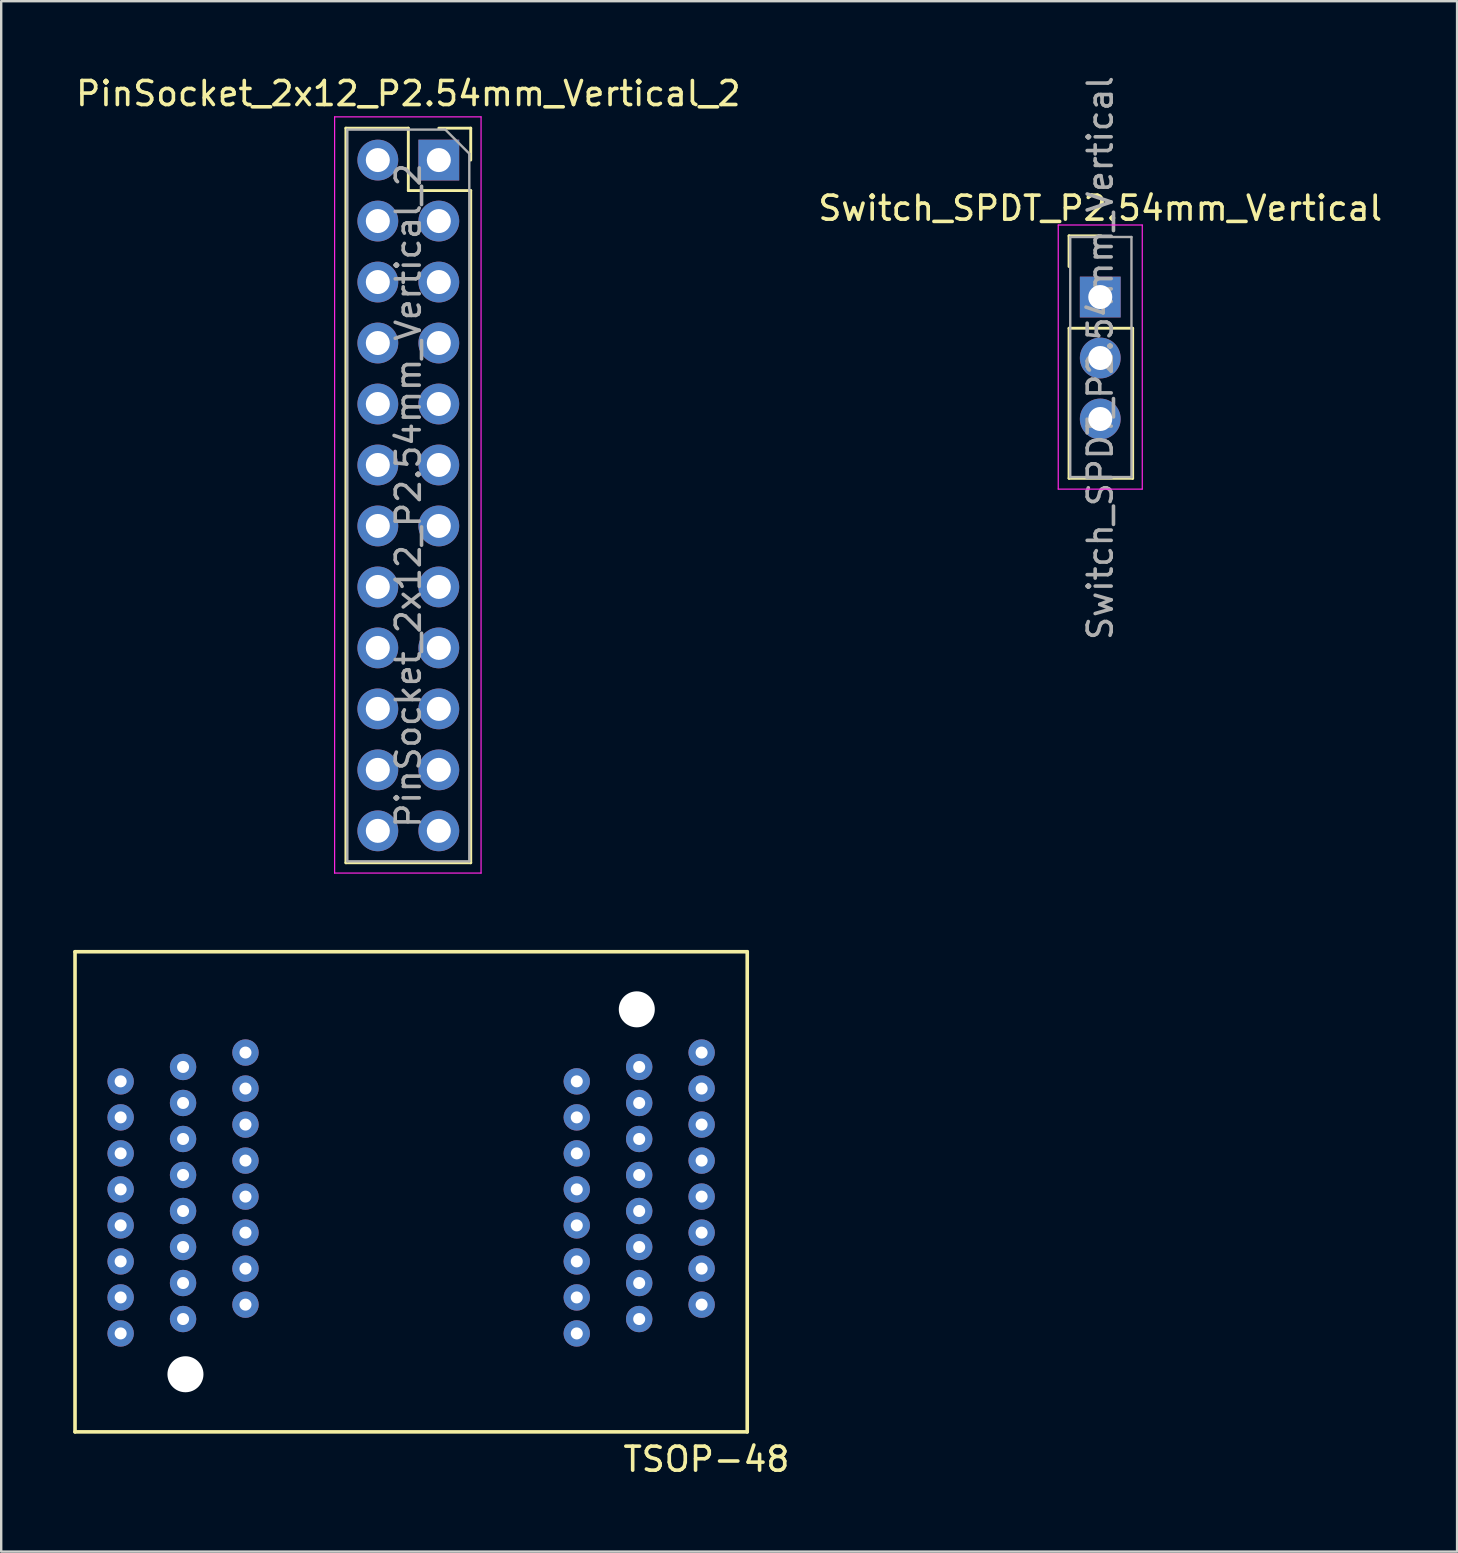
<source format=kicad_pcb>
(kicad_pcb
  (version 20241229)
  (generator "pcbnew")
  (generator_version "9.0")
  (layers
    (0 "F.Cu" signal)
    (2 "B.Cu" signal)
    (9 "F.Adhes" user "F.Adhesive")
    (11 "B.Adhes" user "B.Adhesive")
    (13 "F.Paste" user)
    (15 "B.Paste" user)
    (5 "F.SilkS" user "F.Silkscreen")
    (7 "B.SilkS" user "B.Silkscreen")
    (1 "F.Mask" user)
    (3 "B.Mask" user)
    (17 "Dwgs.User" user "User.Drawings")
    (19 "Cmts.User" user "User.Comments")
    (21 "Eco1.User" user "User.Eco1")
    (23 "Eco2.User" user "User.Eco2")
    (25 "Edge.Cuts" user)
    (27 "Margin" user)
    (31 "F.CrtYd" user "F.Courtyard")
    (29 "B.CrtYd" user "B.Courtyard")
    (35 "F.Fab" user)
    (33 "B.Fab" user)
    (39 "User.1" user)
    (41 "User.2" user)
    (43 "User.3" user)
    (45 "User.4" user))
  (footprint "Switch_SPDT_P2.54mm_Vertical"
    (layer "F.Cu")
    (at 42.78 9.323)
    (property "Reference" "Switch_SPDT_P2.54mm_Vertical" (at 0 -3.7 0) (layer "F.SilkS") (effects (font (size 1 1) (thickness 0.15))))
    (attr through_hole)
    (fp_line (start -1.3 -2.55) (end 0.03 -2.55) (stroke (width 0.12) (type solid)) (layer "F.SilkS"))
    (fp_line (start -1.3 -1.27) (end -1.3 -2.55) (stroke (width 0.12) (type solid)) (layer "F.SilkS"))
    (fp_line (start -1.3 1.3) (end -1.3 7.55) (stroke (width 0.12) (type solid)) (layer "F.SilkS"))
    (fp_line (start -1.3 1.3) (end 1.35 1.3) (stroke (width 0.12) (type solid)) (layer "F.SilkS"))
    (fp_line (start -1.3 7.55) (end 1.35 7.55) (stroke (width 0.12) (type solid)) (layer "F.SilkS"))
    (fp_line (start 1.35 1.3) (end 1.35 7.55) (stroke (width 0.12) (type solid)) (layer "F.SilkS"))
    (fp_line (start -1.75 -3) (end -1.75 8) (stroke (width 0.05) (type solid)) (layer "F.CrtYd"))
    (fp_line (start -1.75 8) (end 1.75 8) (stroke (width 0.05) (type solid)) (layer "F.CrtYd"))
    (fp_line (start 1.75 -3) (end -1.75 -3) (stroke (width 0.05) (type solid)) (layer "F.CrtYd"))
    (fp_line (start 1.75 8) (end 1.75 -3) (stroke (width 0.05) (type solid)) (layer "F.CrtYd"))
    (fp_line (start -1.25 -2.5) (end 1.3 -2.5) (stroke (width 0.1) (type solid)) (layer "F.Fab"))
    (fp_line (start -1.25 7.5) (end -1.25 -2.5) (stroke (width 0.1) (type solid)) (layer "F.Fab"))
    (fp_line (start 1.3 -2.5) (end 1.3 7.5) (stroke (width 0.1) (type solid)) (layer "F.Fab"))
    (fp_line (start 1.3 7.5) (end -1.25 7.5) (stroke (width 0.1) (type solid)) (layer "F.Fab"))
    (fp_text user "${REFERENCE}" (at 0 2.54 90) (layer "F.Fab") (effects (font (size 1 1) (thickness 0.15))))
    (pad "1" thru_hole rect (at 0 0) (size 1.7 1.7) (drill 1) (layers "*.Cu" "*.Mask"))
    (pad "2" thru_hole oval (at 0 2.54) (size 1.7 1.7) (drill 1) (layers "*.Cu" "*.Mask"))
    (pad "3" thru_hole oval (at 0 5.08) (size 1.7 1.7) (drill 1) (layers "*.Cu" "*.Mask")))
  (footprint "TSOP-48"
    (layer "F.Cu")
    (at 28.075 36.593)
    (property "Reference" "TSOP-48" (at -1.7 21.14 0) (layer "F.SilkS") (effects (font (size 1 1) (thickness 0.15))))
    (attr through_hole)
    (fp_line (start -28 0) (end 0 0) (stroke (width 0.15) (type solid)) (layer "F.SilkS"))
    (fp_line (start -28 20) (end -28 0) (stroke (width 0.15) (type solid)) (layer "F.SilkS"))
    (fp_line (start 0 0) (end 0 20) (stroke (width 0.15) (type solid)) (layer "F.SilkS"))
    (fp_line (start 0 20) (end -28 20) (stroke (width 0.15) (type solid)) (layer "F.SilkS"))
    (pad "" np_thru_hole circle (at -23.4 17.6) (size 1.5 1.5) (drill 1.5) (layers "*.Cu" "*.Mask"))
    (pad "" np_thru_hole circle (at -4.6 2.4) (size 1.5 1.5) (drill 1.5) (layers "*.Cu" "*.Mask"))
    (pad "1" thru_hole circle (at -20.9 4.2) (size 1.1 1.1) (drill 0.5) (layers "*.Cu" "*.Mask"))
    (pad "2" thru_hole circle (at -23.5 4.8) (size 1.1 1.1) (drill 0.5) (layers "*.Cu" "*.Mask"))
    (pad "3" thru_hole circle (at -26.1 5.4) (size 1.1 1.1) (drill 0.5) (layers "*.Cu" "*.Mask"))
    (pad "4" thru_hole circle (at -20.9 5.7) (size 1.1 1.1) (drill 0.5) (layers "*.Cu" "*.Mask"))
    (pad "5" thru_hole circle (at -23.5 6.3) (size 1.1 1.1) (drill 0.5) (layers "*.Cu" "*.Mask"))
    (pad "6" thru_hole circle (at -26.1 6.9) (size 1.1 1.1) (drill 0.5) (layers "*.Cu" "*.Mask"))
    (pad "7" thru_hole circle (at -20.9 7.2) (size 1.1 1.1) (drill 0.5) (layers "*.Cu" "*.Mask"))
    (pad "8" thru_hole circle (at -23.5 7.8) (size 1.1 1.1) (drill 0.5) (layers "*.Cu" "*.Mask"))
    (pad "9" thru_hole circle (at -26.1 8.4) (size 1.1 1.1) (drill 0.5) (layers "*.Cu" "*.Mask"))
    (pad "10" thru_hole circle (at -20.9 8.7) (size 1.1 1.1) (drill 0.5) (layers "*.Cu" "*.Mask"))
    (pad "11" thru_hole circle (at -23.5 9.3) (size 1.1 1.1) (drill 0.5) (layers "*.Cu" "*.Mask"))
    (pad "12" thru_hole circle (at -26.1 9.9) (size 1.1 1.1) (drill 0.5) (layers "*.Cu" "*.Mask"))
    (pad "13" thru_hole circle (at -20.9 10.2) (size 1.1 1.1) (drill 0.5) (layers "*.Cu" "*.Mask"))
    (pad "14" thru_hole circle (at -23.5 10.8) (size 1.1 1.1) (drill 0.5) (layers "*.Cu" "*.Mask"))
    (pad "15" thru_hole circle (at -26.1 11.4) (size 1.1 1.1) (drill 0.5) (layers "*.Cu" "*.Mask"))
    (pad "16" thru_hole circle (at -20.9 11.7) (size 1.1 1.1) (drill 0.5) (layers "*.Cu" "*.Mask"))
    (pad "17" thru_hole circle (at -23.5 12.3) (size 1.1 1.1) (drill 0.5) (layers "*.Cu" "*.Mask"))
    (pad "18" thru_hole circle (at -26.1 12.9) (size 1.1 1.1) (drill 0.5) (layers "*.Cu" "*.Mask"))
    (pad "19" thru_hole circle (at -20.9 13.2) (size 1.1 1.1) (drill 0.5) (layers "*.Cu" "*.Mask"))
    (pad "20" thru_hole circle (at -23.5 13.8) (size 1.1 1.1) (drill 0.5) (layers "*.Cu" "*.Mask"))
    (pad "21" thru_hole circle (at -26.1 14.4) (size 1.1 1.1) (drill 0.5) (layers "*.Cu" "*.Mask"))
    (pad "22" thru_hole circle (at -20.9 14.7) (size 1.1 1.1) (drill 0.5) (layers "*.Cu" "*.Mask"))
    (pad "23" thru_hole circle (at -23.5 15.3) (size 1.1 1.1) (drill 0.5) (layers "*.Cu" "*.Mask"))
    (pad "24" thru_hole circle (at -26.1 15.9) (size 1.1 1.1) (drill 0.5) (layers "*.Cu" "*.Mask"))
    (pad "25" thru_hole circle (at -7.1 15.9) (size 1.1 1.1) (drill 0.5) (layers "*.Cu" "*.Mask"))
    (pad "26" thru_hole circle (at -4.5 15.3) (size 1.1 1.1) (drill 0.5) (layers "*.Cu" "*.Mask"))
    (pad "27" thru_hole circle (at -1.9 14.7) (size 1.1 1.1) (drill 0.5) (layers "*.Cu" "*.Mask"))
    (pad "28" thru_hole circle (at -7.1 14.4) (size 1.1 1.1) (drill 0.5) (layers "*.Cu" "*.Mask"))
    (pad "29" thru_hole circle (at -4.5 13.8) (size 1.1 1.1) (drill 0.5) (layers "*.Cu" "*.Mask"))
    (pad "30" thru_hole circle (at -1.9 13.2) (size 1.1 1.1) (drill 0.5) (layers "*.Cu" "*.Mask"))
    (pad "31" thru_hole circle (at -7.1 12.9) (size 1.1 1.1) (drill 0.5) (layers "*.Cu" "*.Mask"))
    (pad "32" thru_hole circle (at -4.5 12.3) (size 1.1 1.1) (drill 0.5) (layers "*.Cu" "*.Mask"))
    (pad "33" thru_hole circle (at -1.9 11.7) (size 1.1 1.1) (drill 0.5) (layers "*.Cu" "*.Mask"))
    (pad "34" thru_hole circle (at -7.1 11.4) (size 1.1 1.1) (drill 0.5) (layers "*.Cu" "*.Mask"))
    (pad "35" thru_hole circle (at -4.5 10.8) (size 1.1 1.1) (drill 0.5) (layers "*.Cu" "*.Mask"))
    (pad "36" thru_hole circle (at -1.9 10.2) (size 1.1 1.1) (drill 0.5) (layers "*.Cu" "*.Mask"))
    (pad "37" thru_hole circle (at -7.1 9.9) (size 1.1 1.1) (drill 0.5) (layers "*.Cu" "*.Mask"))
    (pad "38" thru_hole circle (at -4.5 9.3) (size 1.1 1.1) (drill 0.5) (layers "*.Cu" "*.Mask"))
    (pad "39" thru_hole circle (at -1.9 8.7) (size 1.1 1.1) (drill 0.5) (layers "*.Cu" "*.Mask"))
    (pad "40" thru_hole circle (at -7.1 8.4) (size 1.1 1.1) (drill 0.5) (layers "*.Cu" "*.Mask"))
    (pad "41" thru_hole circle (at -4.5 7.8) (size 1.1 1.1) (drill 0.5) (layers "*.Cu" "*.Mask"))
    (pad "42" thru_hole circle (at -1.9 7.2) (size 1.1 1.1) (drill 0.5) (layers "*.Cu" "*.Mask"))
    (pad "43" thru_hole circle (at -7.1 6.9) (size 1.1 1.1) (drill 0.5) (layers "*.Cu" "*.Mask"))
    (pad "44" thru_hole circle (at -4.5 6.3) (size 1.1 1.1) (drill 0.5) (layers "*.Cu" "*.Mask"))
    (pad "45" thru_hole circle (at -1.9 5.7) (size 1.1 1.1) (drill 0.5) (layers "*.Cu" "*.Mask"))
    (pad "46" thru_hole circle (at -7.1 5.4) (size 1.1 1.1) (drill 0.5) (layers "*.Cu" "*.Mask"))
    (pad "47" thru_hole circle (at -4.5 4.8) (size 1.1 1.1) (drill 0.5) (layers "*.Cu" "*.Mask"))
    (pad "48" thru_hole circle (at -1.9 4.2) (size 1.1 1.1) (drill 0.5) (layers "*.Cu" "*.Mask")))
  (footprint "PinSocket_2x12_P2.54mm_Vertical_2"
    (layer "F.Cu")
    (at 15.228 3.618)
    (property "Reference" "PinSocket_2x12_P2.54mm_Vertical_2" (at -1.27 -2.77 0) (layer "F.SilkS") (effects (font (size 1 1) (thickness 0.15))))
    (attr through_hole)
    (fp_line (start -3.87 -1.33) (end -3.87 29.27) (stroke (width 0.12) (type solid)) (layer "F.SilkS"))
    (fp_line (start -3.87 -1.33) (end -1.27 -1.33) (stroke (width 0.12) (type solid)) (layer "F.SilkS"))
    (fp_line (start -3.87 29.27) (end 1.33 29.27) (stroke (width 0.12) (type solid)) (layer "F.SilkS"))
    (fp_line (start -1.27 -1.33) (end -1.27 1.27) (stroke (width 0.12) (type solid)) (layer "F.SilkS"))
    (fp_line (start -1.27 1.27) (end 1.33 1.27) (stroke (width 0.12) (type solid)) (layer "F.SilkS"))
    (fp_line (start 0 -1.33) (end 1.33 -1.33) (stroke (width 0.12) (type solid)) (layer "F.SilkS"))
    (fp_line (start 1.33 -1.33) (end 1.33 0) (stroke (width 0.12) (type solid)) (layer "F.SilkS"))
    (fp_line (start 1.33 1.27) (end 1.33 29.27) (stroke (width 0.12) (type solid)) (layer "F.SilkS"))
    (fp_line (start -4.34 -1.8) (end 1.76 -1.8) (stroke (width 0.05) (type solid)) (layer "F.CrtYd"))
    (fp_line (start -4.34 29.7) (end -4.34 -1.8) (stroke (width 0.05) (type solid)) (layer "F.CrtYd"))
    (fp_line (start 1.76 -1.8) (end 1.76 29.7) (stroke (width 0.05) (type solid)) (layer "F.CrtYd"))
    (fp_line (start 1.76 29.7) (end -4.34 29.7) (stroke (width 0.05) (type solid)) (layer "F.CrtYd"))
    (fp_line (start -3.81 -1.27) (end 0.27 -1.27) (stroke (width 0.1) (type solid)) (layer "F.Fab"))
    (fp_line (start -3.81 29.21) (end -3.81 -1.27) (stroke (width 0.1) (type solid)) (layer "F.Fab"))
    (fp_line (start 0.27 -1.27) (end 1.27 -0.27) (stroke (width 0.1) (type solid)) (layer "F.Fab"))
    (fp_line (start 1.27 -0.27) (end 1.27 29.21) (stroke (width 0.1) (type solid)) (layer "F.Fab"))
    (fp_line (start 1.27 29.21) (end -3.81 29.21) (stroke (width 0.1) (type solid)) (layer "F.Fab"))
    (fp_text user "${REFERENCE}" (at -1.27 13.97 90) (layer "F.Fab") (effects (font (size 1 1) (thickness 0.15))))
    (pad "25" thru_hole oval (at -2.54 27.94) (size 1.7 1.7) (drill 1) (layers "*.Cu" "*.Mask"))
    (pad "26" thru_hole oval (at 0 27.94) (size 1.7 1.7) (drill 1) (layers "*.Cu" "*.Mask"))
    (pad "27" thru_hole oval (at -2.54 25.4) (size 1.7 1.7) (drill 1) (layers "*.Cu" "*.Mask"))
    (pad "28" thru_hole oval (at 0 25.4) (size 1.7 1.7) (drill 1) (layers "*.Cu" "*.Mask"))
    (pad "29" thru_hole oval (at -2.54 22.86) (size 1.7 1.7) (drill 1) (layers "*.Cu" "*.Mask"))
    (pad "30" thru_hole oval (at 0 22.86) (size 1.7 1.7) (drill 1) (layers "*.Cu" "*.Mask"))
    (pad "31" thru_hole oval (at -2.54 20.32) (size 1.7 1.7) (drill 1) (layers "*.Cu" "*.Mask"))
    (pad "32" thru_hole oval (at 0 20.32) (size 1.7 1.7) (drill 1) (layers "*.Cu" "*.Mask"))
    (pad "33" thru_hole oval (at -2.54 17.78) (size 1.7 1.7) (drill 1) (layers "*.Cu" "*.Mask"))
    (pad "34" thru_hole oval (at 0 17.78) (size 1.7 1.7) (drill 1) (layers "*.Cu" "*.Mask"))
    (pad "35" thru_hole oval (at -2.54 15.24) (size 1.7 1.7) (drill 1) (layers "*.Cu" "*.Mask"))
    (pad "36" thru_hole oval (at 0 15.24) (size 1.7 1.7) (drill 1) (layers "*.Cu" "*.Mask"))
    (pad "37" thru_hole oval (at -2.54 12.7) (size 1.7 1.7) (drill 1) (layers "*.Cu" "*.Mask"))
    (pad "38" thru_hole oval (at 0 12.7) (size 1.7 1.7) (drill 1) (layers "*.Cu" "*.Mask"))
    (pad "39" thru_hole oval (at -2.54 10.16) (size 1.7 1.7) (drill 1) (layers "*.Cu" "*.Mask"))
    (pad "40" thru_hole oval (at 0 10.16) (size 1.7 1.7) (drill 1) (layers "*.Cu" "*.Mask"))
    (pad "41" thru_hole oval (at -2.54 7.62) (size 1.7 1.7) (drill 1) (layers "*.Cu" "*.Mask"))
    (pad "42" thru_hole oval (at 0 7.62) (size 1.7 1.7) (drill 1) (layers "*.Cu" "*.Mask"))
    (pad "43" thru_hole oval (at -2.54 5.08) (size 1.7 1.7) (drill 1) (layers "*.Cu" "*.Mask"))
    (pad "44" thru_hole oval (at 0 5.08) (size 1.7 1.7) (drill 1) (layers "*.Cu" "*.Mask"))
    (pad "45" thru_hole oval (at -2.54 2.54) (size 1.7 1.7) (drill 1) (layers "*.Cu" "*.Mask"))
    (pad "46" thru_hole oval (at 0 2.54) (size 1.7 1.7) (drill 1) (layers "*.Cu" "*.Mask"))
    (pad "47" thru_hole oval (at -2.54 0) (size 1.7 1.7) (drill 1) (layers "*.Cu" "*.Mask"))
    (pad "48" thru_hole rect (at 0 0) (size 1.7 1.7) (drill 1) (layers "*.Cu" "*.Mask")))
  (gr_rect
    (start -3 -3)
    (end 57.643 61.581)
    (stroke (width 0.1) (type default))
    (fill no)
    (layer "Edge.Cuts")))
</source>
